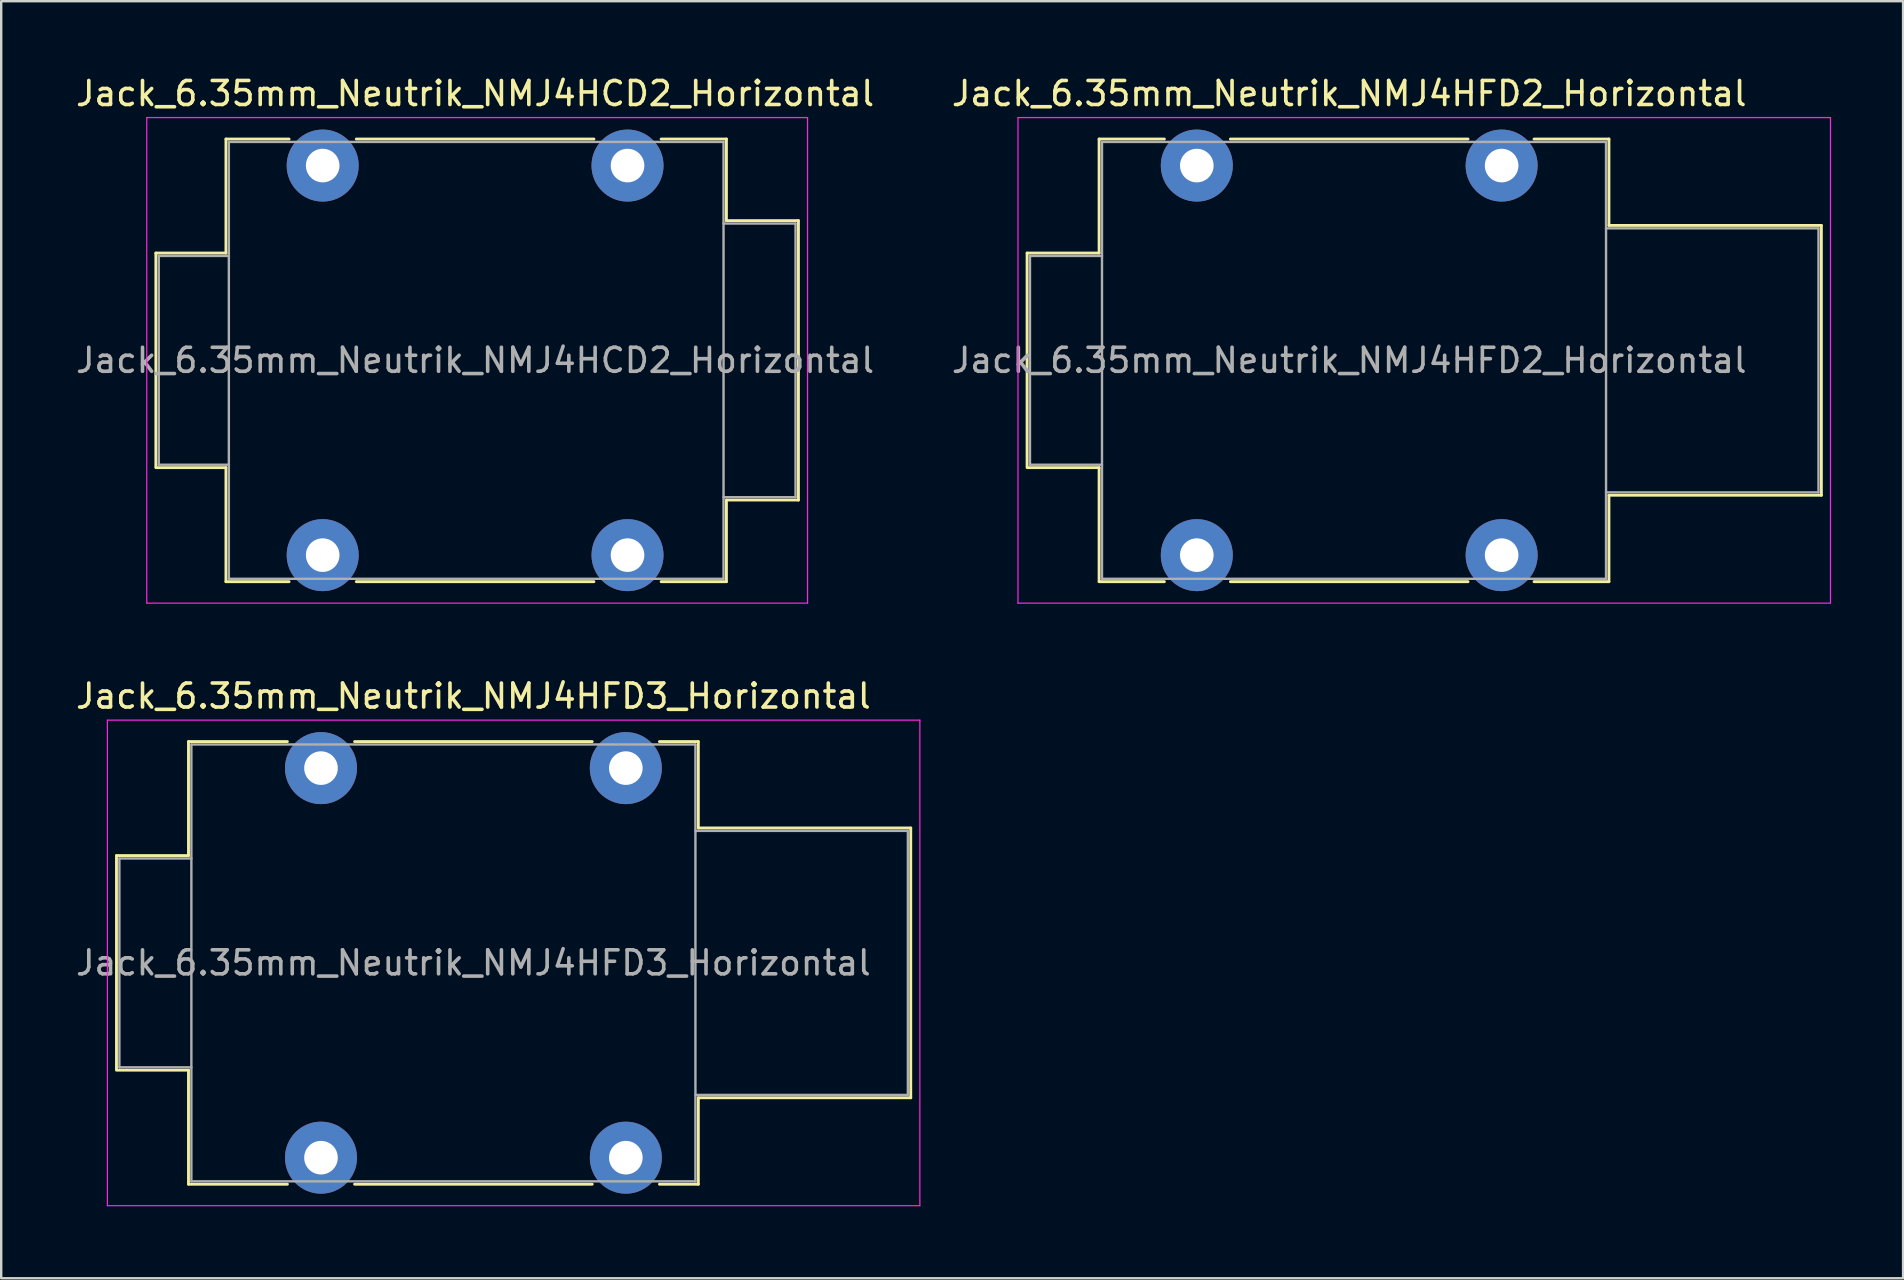
<source format=kicad_pcb>
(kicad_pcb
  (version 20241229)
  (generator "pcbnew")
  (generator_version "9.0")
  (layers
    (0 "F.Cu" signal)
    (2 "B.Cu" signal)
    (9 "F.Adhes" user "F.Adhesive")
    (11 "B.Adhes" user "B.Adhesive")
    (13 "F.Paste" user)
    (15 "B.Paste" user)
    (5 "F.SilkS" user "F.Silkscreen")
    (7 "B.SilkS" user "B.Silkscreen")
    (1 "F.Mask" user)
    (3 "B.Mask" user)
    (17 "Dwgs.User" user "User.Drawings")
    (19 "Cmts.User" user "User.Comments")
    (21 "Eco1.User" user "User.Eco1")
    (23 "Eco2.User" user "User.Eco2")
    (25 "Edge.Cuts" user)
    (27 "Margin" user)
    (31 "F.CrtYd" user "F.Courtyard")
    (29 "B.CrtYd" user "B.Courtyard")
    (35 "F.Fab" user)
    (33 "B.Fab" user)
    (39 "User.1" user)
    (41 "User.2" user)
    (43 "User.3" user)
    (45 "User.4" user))
  (footprint "Jack_6.35mm_Neutrik_NMJ4HFD2_Horizontal"
    (layer "F.Cu")
    (at 46.811 3.848)
    (property "Reference" "Jack_6.35mm_Neutrik_NMJ4HFD2_Horizontal" (at 6.35 -3 0) (layer "F.SilkS") (effects (font (size 1 1) (thickness 0.15))))
    (attr through_hole)
    (fp_line (start -7.07 3.645) (end -4.07 3.645) (stroke (width 0.12) (type solid)) (layer "F.SilkS"))
    (fp_line (start -7.07 12.545) (end -7.07 3.645) (stroke (width 0.12) (type solid)) (layer "F.SilkS"))
    (fp_line (start -7.07 12.585) (end -4.07 12.585) (stroke (width 0.12) (type solid)) (layer "F.SilkS"))
    (fp_line (start -4.07 -1.105) (end -1.35 -1.105) (stroke (width 0.12) (type solid)) (layer "F.SilkS"))
    (fp_line (start -4.07 3.645) (end -4.07 -1.105) (stroke (width 0.12) (type solid)) (layer "F.SilkS"))
    (fp_line (start -4.07 17.335) (end -4.07 12.585) (stroke (width 0.12) (type solid)) (layer "F.SilkS"))
    (fp_line (start -1.35 17.335) (end -4.07 17.335) (stroke (width 0.12) (type solid)) (layer "F.SilkS"))
    (fp_line (start 1.4 -1.105) (end 11.3 -1.105) (stroke (width 0.12) (type solid)) (layer "F.SilkS"))
    (fp_line (start 11.3 17.335) (end 1.4 17.335) (stroke (width 0.12) (type solid)) (layer "F.SilkS"))
    (fp_line (start 17.17 -1.105) (end 14.05 -1.105) (stroke (width 0.12) (type solid)) (layer "F.SilkS"))
    (fp_line (start 17.17 2.495) (end 17.17 -1.105) (stroke (width 0.12) (type solid)) (layer "F.SilkS"))
    (fp_line (start 17.17 2.495) (end 26.02 2.495) (stroke (width 0.12) (type solid)) (layer "F.SilkS"))
    (fp_line (start 17.17 13.735) (end 26.02 13.735) (stroke (width 0.12) (type solid)) (layer "F.SilkS"))
    (fp_line (start 17.17 17.335) (end 14.05 17.335) (stroke (width 0.12) (type solid)) (layer "F.SilkS"))
    (fp_line (start 17.17 17.335) (end 17.17 13.735) (stroke (width 0.12) (type solid)) (layer "F.SilkS"))
    (fp_line (start 26.02 13.735) (end 26.02 2.495) (stroke (width 0.12) (type solid)) (layer "F.SilkS"))
    (fp_line (start -7.45 18.23) (end -7.45 -2) (stroke (width 0.05) (type solid)) (layer "F.CrtYd"))
    (fp_line (start -7.45 18.23) (end 26.4 18.23) (stroke (width 0.05) (type solid)) (layer "F.CrtYd"))
    (fp_line (start 26.4 -2) (end -7.45 -2) (stroke (width 0.05) (type solid)) (layer "F.CrtYd"))
    (fp_line (start 26.4 18.23) (end 26.4 -2) (stroke (width 0.05) (type solid)) (layer "F.CrtYd"))
    (fp_line (start -6.95 3.765) (end -3.95 3.765) (stroke (width 0.1) (type solid)) (layer "F.Fab"))
    (fp_line (start -6.95 12.465) (end -6.95 3.765) (stroke (width 0.1) (type solid)) (layer "F.Fab"))
    (fp_line (start -6.95 12.465) (end -3.95 12.465) (stroke (width 0.1) (type solid)) (layer "F.Fab"))
    (fp_line (start -3.95 17.215) (end -3.95 -0.985) (stroke (width 0.1) (type solid)) (layer "F.Fab"))
    (fp_line (start 17.05 -0.985) (end -3.95 -0.985) (stroke (width 0.1) (type solid)) (layer "F.Fab"))
    (fp_line (start 17.05 17.215) (end -3.95 17.215) (stroke (width 0.1) (type solid)) (layer "F.Fab"))
    (fp_line (start 17.05 17.215) (end 17.05 -0.985) (stroke (width 0.1) (type solid)) (layer "F.Fab"))
    (fp_line (start 25.9 2.615) (end 17.05 2.615) (stroke (width 0.1) (type solid)) (layer "F.Fab"))
    (fp_line (start 25.9 13.615) (end 17.05 13.615) (stroke (width 0.1) (type solid)) (layer "F.Fab"))
    (fp_line (start 25.9 13.615) (end 25.9 2.615) (stroke (width 0.1) (type solid)) (layer "F.Fab"))
    (fp_text user "${REFERENCE}" (at 6.35 8.115 0) (layer "F.Fab") (effects (font (size 1 1) (thickness 0.15))))
    (pad "S" thru_hole circle (at 12.7 0) (size 3 3) (drill 1.4) (layers "*.Cu" "*.Mask"))
    (pad "SN" thru_hole circle (at 12.7 16.23) (size 3 3) (drill 1.4) (layers "*.Cu" "*.Mask"))
    (pad "T" thru_hole circle (at 0 0) (size 3 3) (drill 1.4) (layers "*.Cu" "*.Mask"))
    (pad "TN" thru_hole circle (at 0 16.23) (size 3 3) (drill 1.4) (layers "*.Cu" "*.Mask")))
  (footprint "Jack_6.35mm_Neutrik_NMJ4HFD3_Horizontal"
    (layer "F.Cu")
    (at 10.323 28.951)
    (property "Reference" "Jack_6.35mm_Neutrik_NMJ4HFD3_Horizontal" (at 6.35 -3 0) (layer "F.SilkS") (effects (font (size 1 1) (thickness 0.15))))
    (attr through_hole)
    (fp_line (start -8.52 3.645) (end -5.52 3.645) (stroke (width 0.12) (type solid)) (layer "F.SilkS"))
    (fp_line (start -8.52 12.545) (end -8.52 3.645) (stroke (width 0.12) (type solid)) (layer "F.SilkS"))
    (fp_line (start -8.52 12.585) (end -5.52 12.585) (stroke (width 0.12) (type solid)) (layer "F.SilkS"))
    (fp_line (start -5.52 -1.105) (end -1.4 -1.105) (stroke (width 0.12) (type solid)) (layer "F.SilkS"))
    (fp_line (start -5.52 3.645) (end -5.52 -1.105) (stroke (width 0.12) (type solid)) (layer "F.SilkS"))
    (fp_line (start -5.52 17.335) (end -5.52 12.585) (stroke (width 0.12) (type solid)) (layer "F.SilkS"))
    (fp_line (start -1.4 17.335) (end -5.52 17.335) (stroke (width 0.12) (type solid)) (layer "F.SilkS"))
    (fp_line (start 1.4 -1.105) (end 11.3 -1.105) (stroke (width 0.12) (type solid)) (layer "F.SilkS"))
    (fp_line (start 11.3 17.335) (end 1.4 17.335) (stroke (width 0.12) (type solid)) (layer "F.SilkS"))
    (fp_line (start 15.72 -1.105) (end 14.1 -1.105) (stroke (width 0.12) (type solid)) (layer "F.SilkS"))
    (fp_line (start 15.72 2.495) (end 15.72 -1.105) (stroke (width 0.12) (type solid)) (layer "F.SilkS"))
    (fp_line (start 15.72 2.495) (end 24.57 2.495) (stroke (width 0.12) (type solid)) (layer "F.SilkS"))
    (fp_line (start 15.72 13.735) (end 24.57 13.735) (stroke (width 0.12) (type solid)) (layer "F.SilkS"))
    (fp_line (start 15.72 17.335) (end 14.1 17.335) (stroke (width 0.12) (type solid)) (layer "F.SilkS"))
    (fp_line (start 15.72 17.335) (end 15.72 13.735) (stroke (width 0.12) (type solid)) (layer "F.SilkS"))
    (fp_line (start 24.57 13.735) (end 24.57 2.495) (stroke (width 0.12) (type solid)) (layer "F.SilkS"))
    (fp_line (start -8.9 18.23) (end -8.9 -2) (stroke (width 0.05) (type solid)) (layer "F.CrtYd"))
    (fp_line (start -8.9 18.23) (end 24.95 18.23) (stroke (width 0.05) (type solid)) (layer "F.CrtYd"))
    (fp_line (start 24.95 -2) (end -8.9 -2) (stroke (width 0.05) (type solid)) (layer "F.CrtYd"))
    (fp_line (start 24.95 18.23) (end 24.95 -2) (stroke (width 0.05) (type solid)) (layer "F.CrtYd"))
    (fp_line (start -8.4 3.765) (end -5.4 3.765) (stroke (width 0.1) (type solid)) (layer "F.Fab"))
    (fp_line (start -8.4 12.465) (end -8.4 3.765) (stroke (width 0.1) (type solid)) (layer "F.Fab"))
    (fp_line (start -8.4 12.465) (end -5.4 12.465) (stroke (width 0.1) (type solid)) (layer "F.Fab"))
    (fp_line (start -5.4 17.215) (end -5.4 -0.985) (stroke (width 0.1) (type solid)) (layer "F.Fab"))
    (fp_line (start 15.6 -0.985) (end -5.4 -0.985) (stroke (width 0.1) (type solid)) (layer "F.Fab"))
    (fp_line (start 15.6 17.215) (end -5.4 17.215) (stroke (width 0.1) (type solid)) (layer "F.Fab"))
    (fp_line (start 15.6 17.215) (end 15.6 -0.985) (stroke (width 0.1) (type solid)) (layer "F.Fab"))
    (fp_line (start 24.45 2.615) (end 15.6 2.615) (stroke (width 0.1) (type solid)) (layer "F.Fab"))
    (fp_line (start 24.45 13.615) (end 15.6 13.615) (stroke (width 0.1) (type solid)) (layer "F.Fab"))
    (fp_line (start 24.45 13.615) (end 24.45 2.615) (stroke (width 0.1) (type solid)) (layer "F.Fab"))
    (fp_text user "${REFERENCE}" (at 6.35 8.115 0) (layer "F.Fab") (effects (font (size 1 1) (thickness 0.15))))
    (pad "S" thru_hole circle (at 12.7 0) (size 3 3) (drill 1.4) (layers "*.Cu" "*.Mask"))
    (pad "SN" thru_hole circle (at 12.7 16.23) (size 3 3) (drill 1.4) (layers "*.Cu" "*.Mask"))
    (pad "T" thru_hole circle (at 0 0) (size 3 3) (drill 1.4) (layers "*.Cu" "*.Mask"))
    (pad "TN" thru_hole circle (at 0 16.23) (size 3 3) (drill 1.4) (layers "*.Cu" "*.Mask")))
  (footprint "Jack_6.35mm_Neutrik_NMJ4HCD2_Horizontal"
    (layer "F.Cu")
    (at 10.394 3.848)
    (property "Reference" "Jack_6.35mm_Neutrik_NMJ4HCD2_Horizontal" (at 6.35 -3 0) (layer "F.SilkS") (effects (font (size 1 1) (thickness 0.15))))
    (attr through_hole)
    (fp_line (start -6.95 3.645) (end -4.03 3.645) (stroke (width 0.12) (type solid)) (layer "F.SilkS"))
    (fp_line (start -6.95 12.545) (end -6.95 3.645) (stroke (width 0.12) (type solid)) (layer "F.SilkS"))
    (fp_line (start -6.95 12.585) (end -4.03 12.585) (stroke (width 0.12) (type solid)) (layer "F.SilkS"))
    (fp_line (start -4.03 -1.105) (end -1.4 -1.105) (stroke (width 0.12) (type solid)) (layer "F.SilkS"))
    (fp_line (start -4.03 3.645) (end -4.03 -1.105) (stroke (width 0.12) (type solid)) (layer "F.SilkS"))
    (fp_line (start -4.03 17.335) (end -4.03 12.585) (stroke (width 0.12) (type solid)) (layer "F.SilkS"))
    (fp_line (start -1.4 17.335) (end -4.03 17.335) (stroke (width 0.12) (type solid)) (layer "F.SilkS"))
    (fp_line (start 1.4 -1.105) (end 11.3 -1.105) (stroke (width 0.12) (type solid)) (layer "F.SilkS"))
    (fp_line (start 11.3 17.335) (end 1.4 17.335) (stroke (width 0.12) (type solid)) (layer "F.SilkS"))
    (fp_line (start 16.82 -1.105) (end 14.1 -1.105) (stroke (width 0.12) (type solid)) (layer "F.SilkS"))
    (fp_line (start 16.82 2.295) (end 16.82 -1.105) (stroke (width 0.12) (type solid)) (layer "F.SilkS"))
    (fp_line (start 16.82 2.295) (end 19.82 2.295) (stroke (width 0.12) (type solid)) (layer "F.SilkS"))
    (fp_line (start 16.82 13.935) (end 19.82 13.935) (stroke (width 0.12) (type solid)) (layer "F.SilkS"))
    (fp_line (start 16.82 17.335) (end 14.1 17.335) (stroke (width 0.12) (type solid)) (layer "F.SilkS"))
    (fp_line (start 16.82 17.335) (end 16.82 13.935) (stroke (width 0.12) (type solid)) (layer "F.SilkS"))
    (fp_line (start 19.82 13.935) (end 19.82 2.295) (stroke (width 0.12) (type solid)) (layer "F.SilkS"))
    (fp_line (start -7.33 18.23) (end -7.33 -2) (stroke (width 0.05) (type solid)) (layer "F.CrtYd"))
    (fp_line (start -7.33 18.23) (end 20.2 18.23) (stroke (width 0.05) (type solid)) (layer "F.CrtYd"))
    (fp_line (start 20.2 -2) (end -7.33 -2) (stroke (width 0.05) (type solid)) (layer "F.CrtYd"))
    (fp_line (start 20.2 18.23) (end 20.2 -2) (stroke (width 0.05) (type solid)) (layer "F.CrtYd"))
    (fp_line (start -6.83 3.765) (end -3.91 3.765) (stroke (width 0.1) (type solid)) (layer "F.Fab"))
    (fp_line (start -6.83 12.465) (end -6.83 3.765) (stroke (width 0.1) (type solid)) (layer "F.Fab"))
    (fp_line (start -6.83 12.465) (end -3.91 12.465) (stroke (width 0.1) (type solid)) (layer "F.Fab"))
    (fp_line (start -3.91 17.215) (end -3.91 -0.985) (stroke (width 0.1) (type solid)) (layer "F.Fab"))
    (fp_line (start 16.7 -0.985) (end -3.91 -0.985) (stroke (width 0.1) (type solid)) (layer "F.Fab"))
    (fp_line (start 16.7 17.215) (end -3.91 17.215) (stroke (width 0.1) (type solid)) (layer "F.Fab"))
    (fp_line (start 16.7 17.215) (end 16.7 -0.985) (stroke (width 0.1) (type solid)) (layer "F.Fab"))
    (fp_line (start 19.7 2.415) (end 16.7 2.415) (stroke (width 0.1) (type solid)) (layer "F.Fab"))
    (fp_line (start 19.7 13.815) (end 16.7 13.815) (stroke (width 0.1) (type solid)) (layer "F.Fab"))
    (fp_line (start 19.7 13.815) (end 19.7 2.415) (stroke (width 0.1) (type solid)) (layer "F.Fab"))
    (fp_text user "${REFERENCE}" (at 6.35 8.115 0) (layer "F.Fab") (effects (font (size 1 1) (thickness 0.15))))
    (pad "S" thru_hole circle (at 12.7 0) (size 3 3) (drill 1.4) (layers "*.Cu" "*.Mask"))
    (pad "SN" thru_hole circle (at 12.7 16.23) (size 3 3) (drill 1.4) (layers "*.Cu" "*.Mask"))
    (pad "T" thru_hole circle (at 0 0) (size 3 3) (drill 1.4) (layers "*.Cu" "*.Mask"))
    (pad "TN" thru_hole circle (at 0 16.23) (size 3 3) (drill 1.4) (layers "*.Cu" "*.Mask")))
  (gr_rect
    (start -3 -3)
    (end 76.236 50.206)
    (stroke (width 0.1) (type default))
    (fill no)
    (layer "Edge.Cuts")))
</source>
